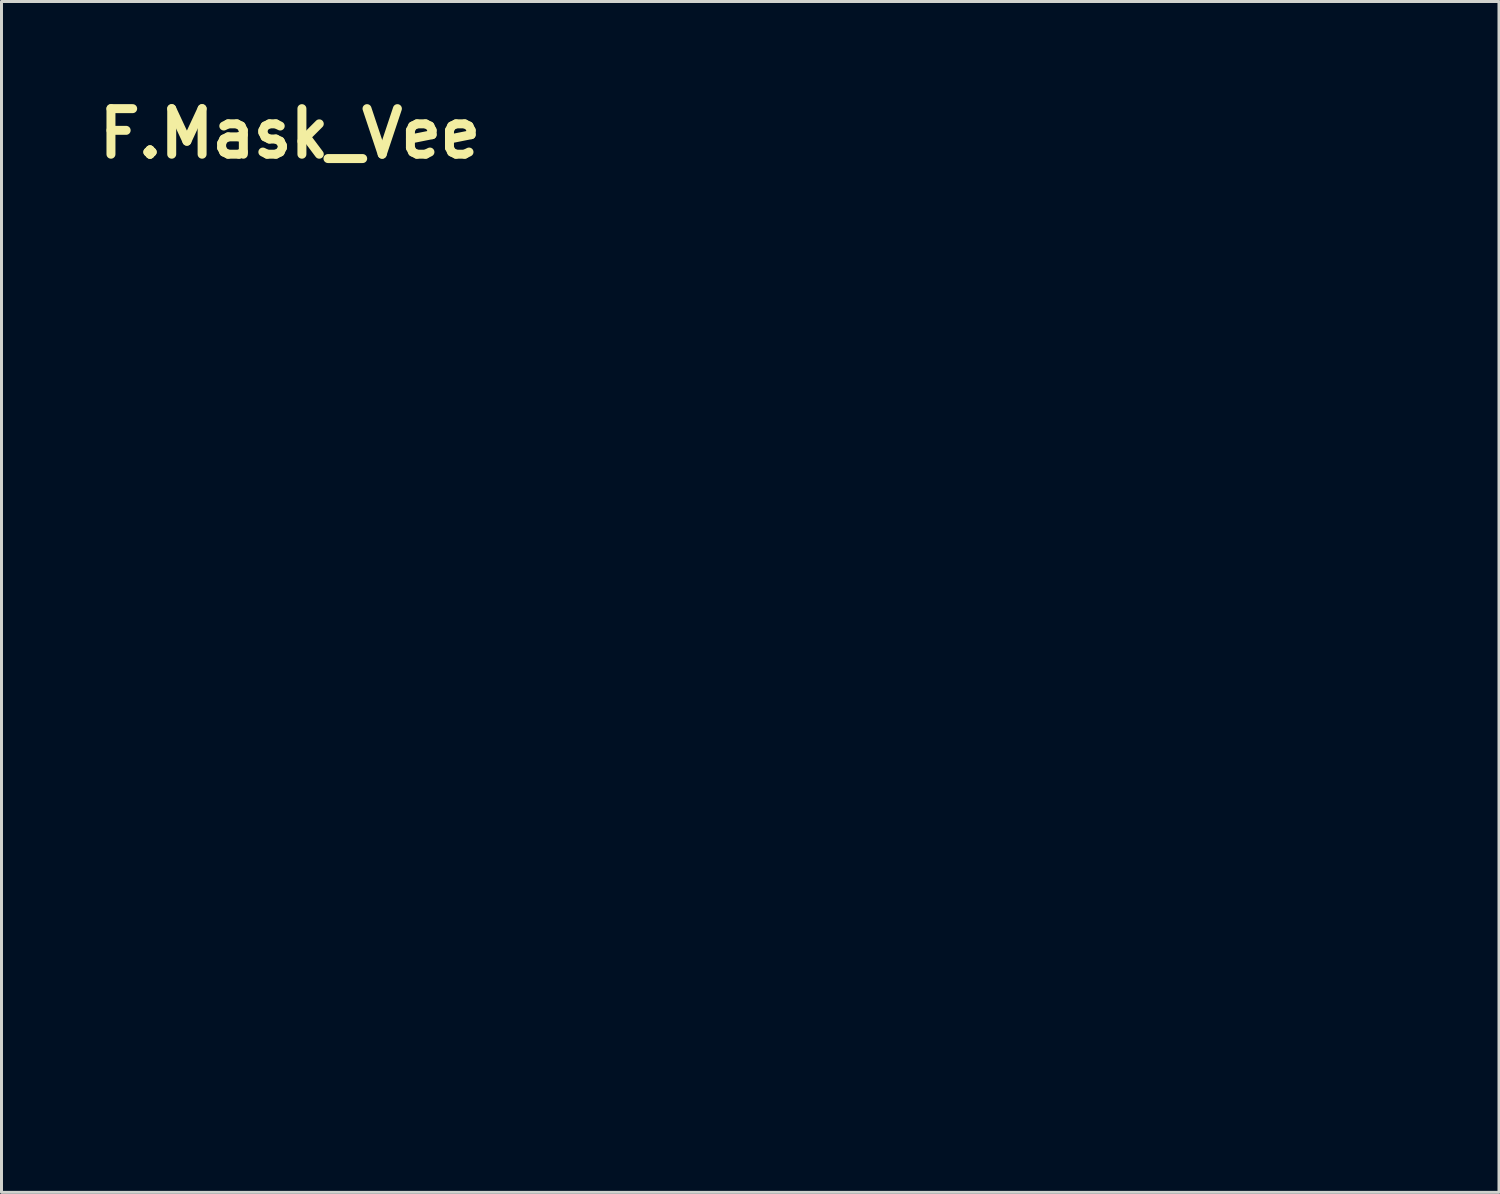
<source format=kicad_pcb>
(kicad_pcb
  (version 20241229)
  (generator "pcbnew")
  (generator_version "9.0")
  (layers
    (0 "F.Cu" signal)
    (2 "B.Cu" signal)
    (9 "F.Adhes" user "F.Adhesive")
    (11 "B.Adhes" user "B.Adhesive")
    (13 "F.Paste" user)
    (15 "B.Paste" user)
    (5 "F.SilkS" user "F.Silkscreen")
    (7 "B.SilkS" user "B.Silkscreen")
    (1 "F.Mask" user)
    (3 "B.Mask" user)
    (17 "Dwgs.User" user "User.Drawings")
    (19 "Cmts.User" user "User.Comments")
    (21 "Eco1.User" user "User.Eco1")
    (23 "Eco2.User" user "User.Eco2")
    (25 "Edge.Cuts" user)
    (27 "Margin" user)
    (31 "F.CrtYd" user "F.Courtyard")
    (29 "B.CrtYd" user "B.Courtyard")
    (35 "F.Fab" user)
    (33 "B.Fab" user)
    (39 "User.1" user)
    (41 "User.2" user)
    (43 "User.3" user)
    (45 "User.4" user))
  (footprint "F.Mask_Vee"
    (layer "F.Cu")
    (at 6.648 1.418)
    (property "Reference" "F.Mask_Vee" (at 0 0 0) (layer "F.SilkS") (effects (font (size 1.524 1.524) (thickness 0.3))))
    (attr through_hole)
    (fp_poly (pts (xy 9.688 22.552) (xy 8.963 22.552) (xy 8.963 18.633) (xy 9.688 18.633) (xy 9.688 22.552)) (stroke (width 0.01) (type solid)) (fill yes) (layer "F.Mask"))
    (fp_poly (pts (xy 14.405 22.552) (xy 13.505 22.552) (xy 12.735 20.983) (xy 11.965 19.415) (xy 11.961 20.983) (xy 11.956 22.552) (xy 11.285 22.552) (xy 11.285 18.633) (xy 11.752 18.633) (xy 12.219 18.634) (xy 12.943 20.129) (xy 13.049 20.347) (xy 13.151 20.555) (xy 13.247 20.751) (xy 13.336 20.933) (xy 13.418 21.098) (xy 13.491 21.244) (xy 13.554 21.369) (xy 13.606 21.471) (xy 13.646 21.548) (xy 13.672 21.596) (xy 13.684 21.614) (xy 13.685 21.614) (xy 13.708 21.617) (xy 13.718 21.628) (xy 13.72 21.615) (xy 13.723 21.567) (xy 13.725 21.488) (xy 13.727 21.379) (xy 13.729 21.242) (xy 13.73 21.081) (xy 13.732 20.896) (xy 13.733 20.691) (xy 13.733 20.468) (xy 13.734 20.228) (xy 13.734 20.143) (xy 13.734 18.633) (xy 14.405 18.633) (xy 14.405 22.552)) (stroke (width 0.01) (type solid)) (fill yes) (layer "F.Mask"))
    (fp_poly (pts (xy 26.065 19.495) (xy 26.213 19.531) (xy 26.34 19.596) (xy 26.444 19.688) (xy 26.525 19.805) (xy 26.579 19.947) (xy 26.597 20.03) (xy 26.603 20.088) (xy 26.607 20.175) (xy 26.611 20.286) (xy 26.613 20.414) (xy 26.615 20.553) (xy 26.615 20.695) (xy 26.614 20.836) (xy 26.612 20.968) (xy 26.608 21.085) (xy 26.604 21.18) (xy 26.598 21.248) (xy 26.596 21.263) (xy 26.566 21.394) (xy 26.519 21.501) (xy 26.451 21.597) (xy 26.434 21.615) (xy 26.342 21.698) (xy 26.239 21.754) (xy 26.117 21.788) (xy 25.981 21.801) (xy 25.857 21.801) (xy 25.763 21.791) (xy 25.724 21.78) (xy 25.608 21.729) (xy 25.502 21.654) (xy 25.418 21.566) (xy 25.404 21.547) (xy 25.376 21.503) (xy 25.353 21.462) (xy 25.334 21.419) (xy 25.32 21.37) (xy 25.309 21.312) (xy 25.301 21.241) (xy 25.296 21.152) (xy 25.294 21.041) (xy 25.293 20.905) (xy 25.294 20.74) (xy 25.295 20.607) (xy 25.3 19.948) (xy 25.347 19.847) (xy 25.415 19.73) (xy 25.499 19.639) (xy 25.606 19.567) (xy 25.63 19.555) (xy 25.704 19.522) (xy 25.772 19.503) (xy 25.85 19.492) (xy 25.899 19.489) (xy 26.065 19.495)) (stroke (width 0.01) (type solid)) (fill yes) (layer "F.Mask"))
    (fp_poly (pts (xy 20.711 25.566) (xy 21.107 25.566) (xy 21.492 25.566) (xy 21.859 25.567) (xy 22.201 25.567) (xy 22.416 25.568) (xy 24.384 25.572) (xy 23.445 26.724) (xy 23.323 26.873) (xy 23.19 27.036) (xy 23.046 27.212) (xy 22.894 27.397) (xy 22.734 27.59) (xy 22.569 27.79) (xy 22.4 27.995) (xy 22.229 28.202) (xy 22.057 28.41) (xy 21.886 28.616) (xy 21.717 28.82) (xy 21.552 29.018) (xy 21.393 29.21) (xy 21.24 29.393) (xy 21.097 29.565) (xy 20.963 29.725) (xy 20.842 29.87) (xy 20.734 29.998) (xy 20.641 30.109) (xy 20.564 30.199) (xy 20.506 30.267) (xy 20.467 30.312) (xy 20.45 30.33) (xy 20.449 30.33) (xy 20.436 30.317) (xy 20.402 30.279) (xy 20.347 30.216) (xy 20.274 30.131) (xy 20.185 30.026) (xy 20.08 29.902) (xy 19.963 29.763) (xy 19.833 29.609) (xy 19.694 29.443) (xy 19.546 29.266) (xy 19.391 29.081) (xy 19.374 29.06) (xy 19.19 28.84) (xy 18.992 28.602) (xy 18.785 28.352) (xy 18.572 28.094) (xy 18.357 27.835) (xy 18.145 27.578) (xy 17.94 27.329) (xy 17.746 27.093) (xy 17.567 26.874) (xy 17.408 26.679) (xy 16.506 25.572) (xy 18.477 25.568) (xy 18.798 25.567) (xy 19.149 25.567) (xy 19.522 25.566) (xy 19.912 25.566) (xy 20.31 25.566) (xy 20.711 25.566)) (stroke (width 0.01) (type solid)) (fill yes) (layer "F.Mask"))
    (fp_poly (pts (xy 13.449 14.655) (xy 13.613 14.861) (xy 13.771 15.06) (xy 13.92 15.249) (xy 14.06 15.426) (xy 14.189 15.59) (xy 14.306 15.739) (xy 14.409 15.87) (xy 14.497 15.982) (xy 14.567 16.074) (xy 14.62 16.143) (xy 14.653 16.188) (xy 14.665 16.206) (xy 14.665 16.206) (xy 14.646 16.208) (xy 14.593 16.209) (xy 14.508 16.21) (xy 14.392 16.212) (xy 14.247 16.213) (xy 14.076 16.214) (xy 13.88 16.215) (xy 13.662 16.216) (xy 13.422 16.217) (xy 13.164 16.218) (xy 12.889 16.218) (xy 12.598 16.219) (xy 12.295 16.219) (xy 11.98 16.219) (xy 11.769 16.219) (xy 8.881 16.219) (xy 7.629 14.684) (xy 7.462 14.478) (xy 7.3 14.28) (xy 7.147 14.092) (xy 7.004 13.915) (xy 6.871 13.752) (xy 6.751 13.604) (xy 6.644 13.472) (xy 6.639 13.466) (xy 9.409 13.466) (xy 9.41 13.472) (xy 9.442 13.487) (xy 9.501 13.508) (xy 9.582 13.534) (xy 9.682 13.564) (xy 9.794 13.597) (xy 9.917 13.631) (xy 10.044 13.666) (xy 10.168 13.698) (xy 10.309 13.732) (xy 10.46 13.766) (xy 10.615 13.799) (xy 10.771 13.831) (xy 10.923 13.861) (xy 11.068 13.887) (xy 11.201 13.91) (xy 11.319 13.928) (xy 11.418 13.942) (xy 11.493 13.949) (xy 11.541 13.95) (xy 11.557 13.944) (xy 11.54 13.934) (xy 11.495 13.917) (xy 11.425 13.893) (xy 11.338 13.864) (xy 11.238 13.833) (xy 11.131 13.801) (xy 11.023 13.769) (xy 10.92 13.74) (xy 10.827 13.715) (xy 10.804 13.71) (xy 10.672 13.678) (xy 10.526 13.646) (xy 10.371 13.614) (xy 10.213 13.582) (xy 10.056 13.553) (xy 9.905 13.527) (xy 9.765 13.504) (xy 9.641 13.486) (xy 9.537 13.472) (xy 9.458 13.465) (xy 9.41 13.465) (xy 9.409 13.466) (xy 6.639 13.466) (xy 6.628 13.453) (xy 9.325 13.453) (xy 9.335 13.462) (xy 9.344 13.453) (xy 9.335 13.444) (xy 9.325 13.453) (xy 6.628 13.453) (xy 6.553 13.36) (xy 6.479 13.268) (xy 6.423 13.198) (xy 6.386 13.153) (xy 6.371 13.133) (xy 6.371 13.133) (xy 6.388 13.131) (xy 6.44 13.129) (xy 6.524 13.128) (xy 6.638 13.126) (xy 6.782 13.125) (xy 6.952 13.123) (xy 7.146 13.122) (xy 7.364 13.121) (xy 7.603 13.12) (xy 7.861 13.119) (xy 8.136 13.119) (xy 8.427 13.118) (xy 8.731 13.118) (xy 9.046 13.117) (xy 9.295 13.117) (xy 12.225 13.117) (xy 13.449 14.655)) (stroke (width 0.01) (type solid)) (fill yes) (layer "F.Mask"))
    (fp_poly (pts (xy 30.464 13.12) (xy 30.756 13.121) (xy 31.061 13.121) (xy 31.376 13.121) (xy 31.611 13.122) (xy 34.529 13.126) (xy 33.31 14.623) (xy 33.144 14.827) (xy 32.984 15.024) (xy 32.831 15.211) (xy 32.687 15.387) (xy 32.553 15.551) (xy 32.432 15.699) (xy 32.324 15.831) (xy 32.231 15.944) (xy 32.156 16.036) (xy 32.098 16.106) (xy 32.06 16.151) (xy 32.044 16.17) (xy 31.997 16.22) (xy 29.105 16.22) (xy 28.682 16.22) (xy 28.29 16.219) (xy 27.932 16.219) (xy 27.606 16.218) (xy 27.314 16.217) (xy 27.056 16.216) (xy 26.832 16.214) (xy 26.642 16.213) (xy 26.487 16.211) (xy 26.367 16.209) (xy 26.282 16.207) (xy 26.233 16.204) (xy 26.219 16.202) (xy 26.232 16.184) (xy 26.265 16.141) (xy 26.317 16.074) (xy 26.387 15.985) (xy 26.472 15.877) (xy 26.57 15.752) (xy 26.681 15.612) (xy 26.801 15.46) (xy 26.93 15.297) (xy 27.066 15.127) (xy 27.206 14.95) (xy 27.35 14.77) (xy 27.494 14.589) (xy 27.638 14.409) (xy 27.648 14.396) (xy 31.95 14.396) (xy 31.959 14.405) (xy 31.968 14.396) (xy 31.962 14.39) (xy 31.977 14.39) (xy 32.104 14.322) (xy 32.174 14.284) (xy 32.263 14.233) (xy 32.356 14.18) (xy 32.412 14.146) (xy 32.51 14.086) (xy 32.619 14.017) (xy 32.735 13.941) (xy 32.856 13.861) (xy 32.976 13.78) (xy 33.092 13.7) (xy 33.201 13.624) (xy 33.298 13.554) (xy 33.379 13.494) (xy 33.441 13.445) (xy 33.48 13.412) (xy 33.492 13.396) (xy 33.477 13.398) (xy 33.436 13.417) (xy 33.374 13.448) (xy 33.296 13.49) (xy 33.207 13.54) (xy 33.111 13.594) (xy 33.014 13.651) (xy 32.922 13.707) (xy 32.868 13.74) (xy 32.766 13.806) (xy 32.651 13.883) (xy 32.53 13.966) (xy 32.409 14.052) (xy 32.294 14.135) (xy 32.192 14.212) (xy 32.107 14.277) (xy 32.049 14.325) (xy 31.977 14.39) (xy 31.962 14.39) (xy 31.959 14.387) (xy 31.95 14.396) (xy 27.648 14.396) (xy 27.78 14.232) (xy 27.917 14.06) (xy 28.048 13.896) (xy 28.172 13.741) (xy 28.286 13.599) (xy 28.389 13.471) (xy 28.479 13.36) (xy 28.554 13.268) (xy 28.612 13.196) (xy 28.652 13.148) (xy 28.671 13.126) (xy 28.673 13.125) (xy 28.693 13.124) (xy 28.747 13.123) (xy 28.834 13.123) (xy 28.951 13.122) (xy 29.097 13.121) (xy 29.27 13.121) (xy 29.467 13.121) (xy 29.687 13.121) (xy 29.928 13.12) (xy 30.187 13.12) (xy 30.464 13.12)) (stroke (width 0.01) (type solid)) (fill yes) (layer "F.Mask"))
    (fp_poly (pts (xy 30.492 18.609) (xy 30.711 18.653) (xy 30.912 18.729) (xy 31.094 18.835) (xy 31.259 18.973) (xy 31.363 19.086) (xy 31.431 19.178) (xy 31.502 19.292) (xy 31.57 19.414) (xy 31.627 19.532) (xy 31.663 19.621) (xy 31.681 19.673) (xy 31.692 19.712) (xy 31.693 19.739) (xy 31.679 19.757) (xy 31.647 19.768) (xy 31.592 19.774) (xy 31.511 19.776) (xy 31.4 19.776) (xy 31.333 19.776) (xy 31.209 19.776) (xy 31.117 19.775) (xy 31.052 19.773) (xy 31.01 19.769) (xy 30.985 19.764) (xy 30.973 19.756) (xy 30.97 19.745) (xy 30.97 19.743) (xy 30.962 19.713) (xy 30.942 19.659) (xy 30.913 19.593) (xy 30.898 19.561) (xy 30.808 19.411) (xy 30.701 19.291) (xy 30.577 19.203) (xy 30.438 19.147) (xy 30.285 19.124) (xy 30.121 19.135) (xy 30.096 19.14) (xy 29.97 19.174) (xy 29.863 19.228) (xy 29.762 19.307) (xy 29.76 19.309) (xy 29.681 19.395) (xy 29.621 19.491) (xy 29.575 19.609) (xy 29.561 19.658) (xy 29.553 19.693) (xy 29.546 19.729) (xy 29.54 19.772) (xy 29.536 19.825) (xy 29.533 19.892) (xy 29.53 19.976) (xy 29.529 20.082) (xy 29.528 20.213) (xy 29.528 20.373) (xy 29.527 20.529) (xy 29.527 21.273) (xy 29.58 21.463) (xy 29.625 21.611) (xy 29.673 21.729) (xy 29.728 21.822) (xy 29.792 21.896) (xy 29.869 21.956) (xy 29.907 21.979) (xy 30.027 22.029) (xy 30.164 22.056) (xy 30.305 22.059) (xy 30.441 22.037) (xy 30.54 22.001) (xy 30.648 21.93) (xy 30.746 21.83) (xy 30.829 21.708) (xy 30.892 21.572) (xy 30.917 21.492) (xy 30.938 21.409) (xy 31.66 21.409) (xy 31.648 21.458) (xy 31.629 21.522) (xy 31.6 21.606) (xy 31.565 21.698) (xy 31.528 21.788) (xy 31.494 21.863) (xy 31.473 21.903) (xy 31.342 22.095) (xy 31.192 22.255) (xy 31.024 22.385) (xy 30.837 22.484) (xy 30.631 22.552) (xy 30.405 22.589) (xy 30.332 22.594) (xy 30.238 22.597) (xy 30.14 22.595) (xy 30.055 22.59) (xy 30.038 22.588) (xy 29.8 22.544) (xy 29.588 22.474) (xy 29.401 22.378) (xy 29.239 22.256) (xy 29.101 22.107) (xy 28.988 21.932) (xy 28.9 21.729) (xy 28.835 21.5) (xy 28.835 21.497) (xy 28.827 21.457) (xy 28.82 21.414) (xy 28.815 21.365) (xy 28.811 21.306) (xy 28.807 21.233) (xy 28.805 21.142) (xy 28.804 21.03) (xy 28.803 20.893) (xy 28.802 20.727) (xy 28.802 20.529) (xy 28.802 20.529) (xy 28.803 20.293) (xy 28.804 20.092) (xy 28.807 19.926) (xy 28.81 19.792) (xy 28.815 19.691) (xy 28.82 19.622) (xy 28.824 19.594) (xy 28.844 19.521) (xy 28.876 19.43) (xy 28.916 19.335) (xy 28.931 19.305) (xy 28.983 19.207) (xy 29.035 19.128) (xy 29.098 19.053) (xy 29.154 18.996) (xy 29.308 18.863) (xy 29.474 18.758) (xy 29.656 18.68) (xy 29.857 18.628) (xy 30.081 18.6) (xy 30.253 18.594) (xy 30.492 18.609)) (stroke (width 0.01) (type solid)) (fill yes) (layer "F.Mask"))
    (fp_poly (pts (xy 17.552 18.598) (xy 17.759 18.622) (xy 17.951 18.668) (xy 18.064 18.708) (xy 18.24 18.798) (xy 18.409 18.919) (xy 18.563 19.062) (xy 18.697 19.222) (xy 18.803 19.393) (xy 18.824 19.436) (xy 18.848 19.492) (xy 18.864 19.536) (xy 18.868 19.553) (xy 18.86 19.562) (xy 18.832 19.568) (xy 18.782 19.572) (xy 18.704 19.575) (xy 18.597 19.576) (xy 18.499 19.576) (xy 18.129 19.576) (xy 18.106 19.52) (xy 18.064 19.451) (xy 17.997 19.376) (xy 17.914 19.306) (xy 17.824 19.247) (xy 17.788 19.228) (xy 17.654 19.182) (xy 17.508 19.161) (xy 17.358 19.164) (xy 17.214 19.19) (xy 17.084 19.238) (xy 16.997 19.291) (xy 16.889 19.394) (xy 16.801 19.519) (xy 16.742 19.649) (xy 16.732 19.68) (xy 16.724 19.712) (xy 16.717 19.748) (xy 16.712 19.791) (xy 16.707 19.847) (xy 16.704 19.918) (xy 16.702 20.009) (xy 16.7 20.124) (xy 16.698 20.266) (xy 16.696 20.44) (xy 16.696 20.474) (xy 16.694 20.656) (xy 16.693 20.806) (xy 16.693 20.93) (xy 16.694 21.031) (xy 16.697 21.116) (xy 16.702 21.187) (xy 16.709 21.251) (xy 16.719 21.311) (xy 16.732 21.373) (xy 16.748 21.441) (xy 16.768 21.521) (xy 16.771 21.532) (xy 16.82 21.675) (xy 16.888 21.791) (xy 16.978 21.882) (xy 17.094 21.953) (xy 17.111 21.961) (xy 17.256 22.011) (xy 17.405 22.033) (xy 17.553 22.028) (xy 17.694 21.999) (xy 17.824 21.945) (xy 17.936 21.869) (xy 18.025 21.772) (xy 18.056 21.723) (xy 18.089 21.648) (xy 18.122 21.548) (xy 18.154 21.432) (xy 18.181 21.311) (xy 18.201 21.196) (xy 18.21 21.114) (xy 18.221 20.973) (xy 17.58 20.973) (xy 17.58 20.465) (xy 18.941 20.465) (xy 18.941 20.833) (xy 18.939 21.032) (xy 18.931 21.202) (xy 18.917 21.348) (xy 18.895 21.478) (xy 18.867 21.596) (xy 18.832 21.702) (xy 18.741 21.902) (xy 18.622 22.082) (xy 18.476 22.238) (xy 18.308 22.368) (xy 18.119 22.47) (xy 17.911 22.543) (xy 17.841 22.559) (xy 17.71 22.58) (xy 17.561 22.593) (xy 17.411 22.596) (xy 17.274 22.591) (xy 17.237 22.587) (xy 17 22.542) (xy 16.783 22.467) (xy 16.582 22.361) (xy 16.476 22.287) (xy 16.348 22.174) (xy 16.238 22.041) (xy 16.142 21.881) (xy 16.119 21.835) (xy 16.086 21.764) (xy 16.059 21.699) (xy 16.037 21.636) (xy 16.019 21.569) (xy 16.005 21.495) (xy 15.994 21.409) (xy 15.986 21.308) (xy 15.981 21.185) (xy 15.976 21.038) (xy 15.973 20.862) (xy 15.971 20.736) (xy 15.968 20.484) (xy 15.969 20.266) (xy 15.972 20.078) (xy 15.977 19.919) (xy 15.987 19.785) (xy 15.999 19.674) (xy 16.015 19.582) (xy 16.034 19.508) (xy 16.038 19.495) (xy 16.121 19.309) (xy 16.234 19.138) (xy 16.374 18.986) (xy 16.537 18.854) (xy 16.72 18.747) (xy 16.919 18.666) (xy 17.13 18.615) (xy 17.134 18.615) (xy 17.34 18.595) (xy 17.552 18.598)) (stroke (width 0.01) (type solid)) (fill yes) (layer "F.Mask"))
    (fp_poly (pts (xy 26.145 18.602) (xy 26.239 18.61) (xy 26.265 18.614) (xy 26.485 18.666) (xy 26.683 18.746) (xy 26.864 18.854) (xy 27.032 18.993) (xy 27.054 19.015) (xy 27.127 19.09) (xy 27.182 19.153) (xy 27.225 19.215) (xy 27.267 19.289) (xy 27.302 19.359) (xy 27.345 19.45) (xy 27.373 19.522) (xy 27.392 19.587) (xy 27.405 19.659) (xy 27.413 19.725) (xy 27.419 19.799) (xy 27.423 19.902) (xy 27.427 20.03) (xy 27.429 20.177) (xy 27.431 20.336) (xy 27.431 20.501) (xy 27.431 20.667) (xy 27.43 20.827) (xy 27.427 20.977) (xy 27.424 21.109) (xy 27.419 21.219) (xy 27.414 21.299) (xy 27.412 21.314) (xy 27.37 21.552) (xy 27.299 21.768) (xy 27.2 21.962) (xy 27.074 22.132) (xy 26.924 22.277) (xy 26.749 22.397) (xy 26.55 22.49) (xy 26.33 22.554) (xy 26.089 22.59) (xy 26.026 22.595) (xy 25.934 22.597) (xy 25.837 22.595) (xy 25.755 22.59) (xy 25.742 22.588) (xy 25.507 22.543) (xy 25.291 22.468) (xy 25.098 22.367) (xy 24.928 22.239) (xy 24.783 22.086) (xy 24.663 21.91) (xy 24.572 21.712) (xy 24.509 21.493) (xy 24.509 21.491) (xy 24.501 21.448) (xy 24.494 21.403) (xy 24.488 21.353) (xy 24.484 21.293) (xy 24.481 21.22) (xy 24.478 21.13) (xy 24.477 21.019) (xy 24.476 20.883) (xy 24.475 20.719) (xy 24.475 20.527) (xy 24.475 20.42) (xy 25.185 20.42) (xy 25.186 20.607) (xy 25.188 20.778) (xy 25.19 20.917) (xy 25.192 21.029) (xy 25.195 21.118) (xy 25.199 21.189) (xy 25.204 21.246) (xy 25.21 21.294) (xy 25.218 21.338) (xy 25.228 21.381) (xy 25.241 21.429) (xy 25.243 21.436) (xy 25.272 21.542) (xy 25.296 21.621) (xy 25.318 21.68) (xy 25.34 21.728) (xy 25.367 21.772) (xy 25.387 21.801) (xy 25.479 21.902) (xy 25.595 21.98) (xy 25.729 22.032) (xy 25.875 22.058) (xy 26.028 22.054) (xy 26.134 22.034) (xy 26.235 22.004) (xy 26.314 21.969) (xy 26.382 21.923) (xy 26.44 21.871) (xy 26.492 21.817) (xy 26.533 21.761) (xy 26.568 21.697) (xy 26.598 21.616) (xy 26.629 21.511) (xy 26.651 21.424) (xy 26.706 21.2) (xy 26.706 20.518) (xy 26.706 20.321) (xy 26.705 20.156) (xy 26.702 20.02) (xy 26.698 19.908) (xy 26.693 19.817) (xy 26.685 19.742) (xy 26.675 19.681) (xy 26.661 19.628) (xy 26.645 19.58) (xy 26.626 19.533) (xy 26.55 19.405) (xy 26.447 19.299) (xy 26.324 19.216) (xy 26.184 19.158) (xy 26.033 19.127) (xy 25.875 19.126) (xy 25.739 19.15) (xy 25.584 19.207) (xy 25.454 19.289) (xy 25.349 19.398) (xy 25.27 19.531) (xy 25.218 19.69) (xy 25.199 19.801) (xy 25.193 19.868) (xy 25.189 19.966) (xy 25.186 20.094) (xy 25.185 20.246) (xy 25.185 20.42) (xy 24.475 20.42) (xy 24.475 20.326) (xy 24.477 20.144) (xy 24.479 19.983) (xy 24.482 19.848) (xy 24.485 19.74) (xy 24.489 19.662) (xy 24.494 19.62) (xy 24.532 19.485) (xy 24.598 19.341) (xy 24.685 19.199) (xy 24.788 19.065) (xy 24.902 18.949) (xy 24.97 18.892) (xy 25.084 18.818) (xy 25.217 18.746) (xy 25.356 18.685) (xy 25.482 18.642) (xy 25.557 18.626) (xy 25.659 18.614) (xy 25.779 18.605) (xy 25.906 18.6) (xy 26.031 18.599) (xy 26.145 18.602)) (stroke (width 0.01) (type solid)) (fill yes) (layer "F.Mask"))
    (fp_poly (pts (xy 22.068 18.606) (xy 22.192 18.621) (xy 22.198 18.623) (xy 22.303 18.646) (xy 22.419 18.678) (xy 22.538 18.715) (xy 22.657 18.757) (xy 22.768 18.801) (xy 22.867 18.844) (xy 22.948 18.884) (xy 23.006 18.92) (xy 23.034 18.949) (xy 23.035 18.951) (xy 23.031 18.975) (xy 23.012 19.024) (xy 22.982 19.092) (xy 22.944 19.172) (xy 22.934 19.193) (xy 22.824 19.412) (xy 22.654 19.322) (xy 22.435 19.219) (xy 22.219 19.146) (xy 22.01 19.103) (xy 21.812 19.091) (xy 21.753 19.094) (xy 21.566 19.116) (xy 21.411 19.15) (xy 21.284 19.198) (xy 21.185 19.261) (xy 21.109 19.341) (xy 21.062 19.422) (xy 21.041 19.476) (xy 21.031 19.531) (xy 21.032 19.595) (xy 21.044 19.676) (xy 21.067 19.781) (xy 21.075 19.815) (xy 21.1 19.908) (xy 21.128 19.986) (xy 21.162 20.05) (xy 21.207 20.105) (xy 21.265 20.151) (xy 21.341 20.192) (xy 21.438 20.23) (xy 21.56 20.266) (xy 21.71 20.304) (xy 21.889 20.345) (xy 22.076 20.388) (xy 22.232 20.426) (xy 22.362 20.461) (xy 22.47 20.494) (xy 22.561 20.526) (xy 22.64 20.56) (xy 22.713 20.596) (xy 22.73 20.605) (xy 22.851 20.685) (xy 22.965 20.783) (xy 23.062 20.889) (xy 23.133 20.995) (xy 23.161 21.051) (xy 23.179 21.098) (xy 23.19 21.15) (xy 23.197 21.216) (xy 23.201 21.299) (xy 23.196 21.523) (xy 23.16 21.727) (xy 23.096 21.911) (xy 23.002 22.073) (xy 22.879 22.214) (xy 22.727 22.334) (xy 22.588 22.412) (xy 22.412 22.485) (xy 22.228 22.538) (xy 22.024 22.574) (xy 21.907 22.587) (xy 21.806 22.596) (xy 21.727 22.601) (xy 21.658 22.602) (xy 21.586 22.599) (xy 21.499 22.593) (xy 21.365 22.579) (xy 21.217 22.557) (xy 21.07 22.531) (xy 20.939 22.501) (xy 20.892 22.488) (xy 20.812 22.462) (xy 20.715 22.424) (xy 20.609 22.378) (xy 20.502 22.329) (xy 20.403 22.279) (xy 20.319 22.233) (xy 20.258 22.195) (xy 20.244 22.184) (xy 20.194 22.143) (xy 20.323 21.913) (xy 20.452 21.683) (xy 20.586 21.774) (xy 20.769 21.882) (xy 20.96 21.965) (xy 21.127 22.017) (xy 21.378 22.07) (xy 21.616 22.094) (xy 21.838 22.089) (xy 21.965 22.071) (xy 22.117 22.03) (xy 22.244 21.971) (xy 22.343 21.897) (xy 22.412 21.808) (xy 22.443 21.732) (xy 22.462 21.664) (xy 22.483 21.588) (xy 22.49 21.565) (xy 22.514 21.435) (xy 22.51 21.312) (xy 22.48 21.202) (xy 22.424 21.111) (xy 22.388 21.076) (xy 22.339 21.038) (xy 22.285 21.005) (xy 22.223 20.975) (xy 22.147 20.948) (xy 22.054 20.921) (xy 21.94 20.894) (xy 21.799 20.865) (xy 21.629 20.833) (xy 21.555 20.819) (xy 21.353 20.78) (xy 21.182 20.739) (xy 21.037 20.694) (xy 20.913 20.643) (xy 20.803 20.584) (xy 20.703 20.515) (xy 20.614 20.438) (xy 20.512 20.32) (xy 20.433 20.175) (xy 20.378 20.007) (xy 20.347 19.819) (xy 20.342 19.613) (xy 20.344 19.587) (xy 20.35 19.499) (xy 20.359 19.433) (xy 20.374 19.376) (xy 20.4 19.315) (xy 20.426 19.26) (xy 20.526 19.1) (xy 20.654 18.96) (xy 20.81 18.841) (xy 20.991 18.745) (xy 21.194 18.674) (xy 21.291 18.651) (xy 21.432 18.627) (xy 21.591 18.61) (xy 21.757 18.601) (xy 21.919 18.6) (xy 22.068 18.606)) (stroke (width 0.01) (type solid)) (fill yes) (layer "F.Mask"))
    (fp_poly (pts (xy 37.199 11.558) (xy 37.291 11.56) (xy 37.364 11.563) (xy 37.412 11.567) (xy 37.429 11.571) (xy 37.417 11.587) (xy 37.384 11.629) (xy 37.331 11.696) (xy 37.258 11.787) (xy 37.167 11.9) (xy 37.059 12.033) (xy 36.935 12.186) (xy 36.797 12.357) (xy 36.645 12.544) (xy 36.481 12.746) (xy 36.306 12.961) (xy 36.122 13.189) (xy 35.928 13.426) (xy 35.728 13.672) (xy 35.54 13.903) (xy 33.652 16.22) (xy 32.982 16.22) (xy 32.83 16.219) (xy 32.69 16.218) (xy 32.567 16.217) (xy 32.463 16.215) (xy 32.383 16.212) (xy 32.332 16.209) (xy 32.312 16.206) (xy 32.312 16.206) (xy 32.324 16.19) (xy 32.356 16.148) (xy 32.409 16.081) (xy 32.481 15.992) (xy 32.57 15.881) (xy 32.676 15.75) (xy 32.795 15.602) (xy 32.929 15.437) (xy 33.074 15.258) (xy 33.229 15.066) (xy 33.394 14.863) (xy 33.567 14.65) (xy 33.737 14.441) (xy 33.976 14.146) (xy 34.193 13.879) (xy 34.387 13.639) (xy 34.559 13.426) (xy 34.709 13.239) (xy 34.836 13.079) (xy 34.943 12.944) (xy 35.028 12.835) (xy 35.091 12.751) (xy 35.134 12.692) (xy 35.157 12.658) (xy 35.161 12.649) (xy 35.146 12.582) (xy 35.102 12.536) (xy 35.068 12.52) (xy 35.048 12.518) (xy 35.003 12.515) (xy 34.933 12.513) (xy 34.837 12.511) (xy 34.714 12.509) (xy 34.563 12.507) (xy 34.383 12.506) (xy 34.174 12.504) (xy 33.934 12.503) (xy 33.663 12.502) (xy 33.36 12.502) (xy 33.024 12.501) (xy 32.654 12.501) (xy 32.249 12.5) (xy 31.848 12.5) (xy 28.686 12.5) (xy 27.211 14.356) (xy 25.735 16.211) (xy 25.048 16.215) (xy 24.868 16.216) (xy 24.721 16.217) (xy 24.605 16.216) (xy 24.516 16.215) (xy 24.451 16.213) (xy 24.407 16.21) (xy 24.381 16.205) (xy 24.371 16.2) (xy 24.371 16.196) (xy 24.383 16.179) (xy 24.416 16.135) (xy 24.469 16.066) (xy 24.541 15.973) (xy 24.63 15.858) (xy 24.735 15.722) (xy 24.855 15.567) (xy 24.988 15.395) (xy 25.134 15.207) (xy 25.291 15.004) (xy 25.458 14.789) (xy 25.634 14.563) (xy 25.817 14.328) (xy 26.007 14.085) (xy 26.026 14.06) (xy 27.672 11.947) (xy 27.874 11.934) (xy 27.933 11.931) (xy 28.023 11.926) (xy 28.141 11.921) (xy 28.282 11.914) (xy 28.44 11.907) (xy 28.613 11.899) (xy 28.795 11.891) (xy 28.982 11.883) (xy 28.996 11.883) (xy 29.915 11.844) (xy 30.044 11.919) (xy 30.255 12.029) (xy 30.462 12.108) (xy 30.662 12.155) (xy 30.851 12.171) (xy 30.899 12.169) (xy 30.997 12.162) (xy 31.06 12.153) (xy 31.089 12.14) (xy 31.085 12.122) (xy 31.048 12.097) (xy 30.981 12.064) (xy 30.976 12.061) (xy 30.877 12.02) (xy 30.755 11.975) (xy 30.621 11.931) (xy 30.488 11.891) (xy 30.392 11.865) (xy 30.347 11.851) (xy 30.322 11.84) (xy 30.321 11.837) (xy 30.34 11.835) (xy 30.393 11.832) (xy 30.478 11.827) (xy 30.593 11.821) (xy 30.736 11.814) (xy 30.903 11.807) (xy 31.095 11.798) (xy 31.307 11.788) (xy 31.538 11.778) (xy 31.785 11.768) (xy 32.048 11.756) (xy 32.322 11.745) (xy 32.607 11.732) (xy 32.9 11.72) (xy 33.199 11.708) (xy 33.501 11.695) (xy 33.805 11.682) (xy 34.109 11.67) (xy 34.409 11.658) (xy 34.705 11.646) (xy 34.993 11.634) (xy 35.272 11.623) (xy 35.539 11.613) (xy 35.793 11.603) (xy 36.031 11.593) (xy 36.251 11.585) (xy 36.451 11.578) (xy 36.628 11.571) (xy 36.781 11.566) (xy 36.907 11.562) (xy 37.004 11.559) (xy 37.071 11.557) (xy 37.093 11.557) (xy 37.199 11.558)) (stroke (width 0.01) (type solid)) (fill yes) (layer "F.Mask"))
    (fp_poly (pts (xy 25.914 25.713) (xy 25.891 25.741) (xy 25.846 25.796) (xy 25.781 25.876) (xy 25.695 25.981) (xy 25.592 26.108) (xy 25.47 26.257) (xy 25.332 26.426) (xy 25.179 26.614) (xy 25.011 26.82) (xy 24.83 27.042) (xy 24.637 27.279) (xy 24.432 27.529) (xy 24.218 27.792) (xy 23.994 28.067) (xy 23.763 28.351) (xy 23.524 28.643) (xy 23.28 28.943) (xy 23.125 29.133) (xy 22.879 29.435) (xy 22.639 29.728) (xy 22.407 30.013) (xy 22.182 30.288) (xy 21.966 30.552) (xy 21.761 30.804) (xy 21.566 31.042) (xy 21.384 31.264) (xy 21.215 31.471) (xy 21.059 31.661) (xy 20.919 31.831) (xy 20.795 31.982) (xy 20.688 32.112) (xy 20.599 32.22) (xy 20.53 32.304) (xy 20.48 32.363) (xy 20.452 32.396) (xy 20.445 32.403) (xy 20.433 32.389) (xy 20.398 32.348) (xy 20.343 32.282) (xy 20.267 32.191) (xy 20.173 32.077) (xy 20.061 31.94) (xy 19.932 31.783) (xy 19.787 31.607) (xy 19.627 31.411) (xy 19.453 31.199) (xy 19.266 30.971) (xy 19.067 30.727) (xy 18.857 30.471) (xy 18.637 30.202) (xy 18.408 29.921) (xy 18.172 29.631) (xy 17.928 29.333) (xy 17.678 29.026) (xy 17.677 29.025) (xy 17.427 28.718) (xy 17.182 28.418) (xy 16.945 28.127) (xy 16.715 27.846) (xy 16.495 27.575) (xy 16.284 27.316) (xy 16.084 27.071) (xy 15.896 26.84) (xy 15.721 26.625) (xy 15.559 26.427) (xy 15.413 26.247) (xy 15.282 26.087) (xy 15.169 25.948) (xy 15.073 25.83) (xy 14.996 25.736) (xy 14.939 25.666) (xy 14.903 25.622) (xy 14.889 25.605) (xy 14.856 25.563) (xy 15.534 25.564) (xy 16.211 25.565) (xy 16.439 25.85) (xy 16.506 25.933) (xy 16.591 26.038) (xy 16.692 26.162) (xy 16.807 26.305) (xy 16.937 26.464) (xy 17.078 26.638) (xy 17.23 26.825) (xy 17.391 27.024) (xy 17.56 27.232) (xy 17.736 27.447) (xy 17.917 27.669) (xy 18.101 27.896) (xy 18.288 28.125) (xy 18.475 28.355) (xy 18.662 28.585) (xy 18.847 28.812) (xy 19.029 29.034) (xy 19.206 29.251) (xy 19.376 29.46) (xy 19.539 29.66) (xy 19.694 29.849) (xy 19.837 30.025) (xy 19.969 30.186) (xy 20.088 30.331) (xy 20.192 30.458) (xy 20.28 30.566) (xy 20.351 30.652) (xy 20.403 30.715) (xy 20.435 30.753) (xy 20.445 30.764) (xy 20.457 30.751) (xy 20.491 30.711) (xy 20.546 30.646) (xy 20.619 30.557) (xy 20.71 30.446) (xy 20.818 30.315) (xy 20.941 30.165) (xy 21.077 29.998) (xy 21.227 29.815) (xy 21.388 29.618) (xy 21.558 29.409) (xy 21.738 29.188) (xy 21.925 28.958) (xy 22.118 28.72) (xy 22.125 28.712) (xy 23.794 26.656) (xy 23.885 26.643) (xy 23.964 26.629) (xy 24.068 26.606) (xy 24.189 26.576) (xy 24.316 26.542) (xy 24.442 26.506) (xy 24.558 26.472) (xy 24.653 26.44) (xy 24.685 26.428) (xy 24.781 26.389) (xy 24.888 26.342) (xy 24.985 26.297) (xy 25.002 26.288) (xy 25.072 26.251) (xy 25.148 26.208) (xy 25.225 26.161) (xy 25.296 26.116) (xy 25.355 26.076) (xy 25.396 26.045) (xy 25.414 26.027) (xy 25.414 26.024) (xy 25.39 26.023) (xy 25.337 26.034) (xy 25.259 26.054) (xy 25.16 26.083) (xy 25.044 26.118) (xy 24.917 26.159) (xy 24.781 26.205) (xy 24.642 26.253) (xy 24.504 26.302) (xy 24.371 26.351) (xy 24.248 26.399) (xy 24.162 26.434) (xy 24.076 26.469) (xy 24.003 26.497) (xy 23.949 26.515) (xy 23.92 26.522) (xy 23.917 26.521) (xy 23.929 26.503) (xy 23.962 26.46) (xy 24.012 26.396) (xy 24.077 26.315) (xy 24.154 26.218) (xy 24.24 26.111) (xy 24.303 26.033) (xy 24.683 25.564) (xy 25.36 25.564) (xy 26.037 25.563) (xy 25.914 25.713)) (stroke (width 0.01) (type solid)) (fill yes) (layer "F.Mask"))
    (fp_poly (pts (xy 34.876 16.677) (xy 35.185 16.844) (xy 35.468 17.036) (xy 35.725 17.253) (xy 35.954 17.493) (xy 36.156 17.756) (xy 36.33 18.041) (xy 36.433 18.252) (xy 36.522 18.451) (xy 36.517 20.498) (xy 36.513 22.545) (xy 36.381 22.807) (xy 36.252 23.044) (xy 36.114 23.255) (xy 35.96 23.451) (xy 35.836 23.588) (xy 35.593 23.818) (xy 35.331 24.018) (xy 35.053 24.187) (xy 34.814 24.302) (xy 34.621 24.384) (xy 20.445 24.384) (xy 6.268 24.383) (xy 6.121 24.322) (xy 5.846 24.193) (xy 5.588 24.037) (xy 5.341 23.851) (xy 5.146 23.676) (xy 4.916 23.431) (xy 4.717 23.169) (xy 4.547 22.888) (xy 4.438 22.664) (xy 4.372 22.512) (xy 4.381 18.403) (xy 4.513 18.141) (xy 4.579 18.019) (xy 4.989 18.019) (xy 4.998 23.233) (xy 5.057 23.35) (xy 5.143 23.49) (xy 5.25 23.602) (xy 5.381 23.688) (xy 5.456 23.723) (xy 5.561 23.766) (xy 20.465 23.762) (xy 35.37 23.758) (xy 35.473 23.709) (xy 35.573 23.651) (xy 35.671 23.571) (xy 35.755 23.483) (xy 35.803 23.416) (xy 35.817 23.392) (xy 35.829 23.371) (xy 35.841 23.351) (xy 35.851 23.329) (xy 35.86 23.304) (xy 35.868 23.274) (xy 35.875 23.237) (xy 35.881 23.191) (xy 35.886 23.135) (xy 35.89 23.066) (xy 35.894 22.984) (xy 35.897 22.885) (xy 35.899 22.769) (xy 35.901 22.633) (xy 35.902 22.475) (xy 35.902 22.294) (xy 35.903 22.089) (xy 35.903 21.856) (xy 35.902 21.594) (xy 35.902 21.303) (xy 35.901 20.978) (xy 35.901 20.62) (xy 35.9 20.564) (xy 35.896 17.989) (xy 35.854 17.885) (xy 35.817 17.812) (xy 35.767 17.736) (xy 35.734 17.695) (xy 35.684 17.633) (xy 35.638 17.566) (xy 35.615 17.527) (xy 35.541 17.417) (xy 35.439 17.318) (xy 35.317 17.235) (xy 35.184 17.173) (xy 35.092 17.147) (xy 35.068 17.146) (xy 35.01 17.145) (xy 34.916 17.144) (xy 34.79 17.143) (xy 34.632 17.142) (xy 34.443 17.141) (xy 34.224 17.14) (xy 33.975 17.139) (xy 33.699 17.138) (xy 33.396 17.137) (xy 33.068 17.136) (xy 32.714 17.135) (xy 32.337 17.134) (xy 31.937 17.134) (xy 31.516 17.133) (xy 31.074 17.132) (xy 30.613 17.132) (xy 30.133 17.131) (xy 29.636 17.13) (xy 29.122 17.13) (xy 28.593 17.129) (xy 28.05 17.129) (xy 27.494 17.128) (xy 26.925 17.128) (xy 26.346 17.128) (xy 25.756 17.127) (xy 25.158 17.127) (xy 24.551 17.127) (xy 23.938 17.126) (xy 23.319 17.126) (xy 22.695 17.126) (xy 22.067 17.126) (xy 21.437 17.126) (xy 20.805 17.126) (xy 20.172 17.126) (xy 19.54 17.126) (xy 18.909 17.126) (xy 18.281 17.126) (xy 17.656 17.126) (xy 17.036 17.126) (xy 16.422 17.126) (xy 15.815 17.126) (xy 15.215 17.127) (xy 14.624 17.127) (xy 14.044 17.127) (xy 13.474 17.128) (xy 12.916 17.128) (xy 12.371 17.128) (xy 11.84 17.129) (xy 11.325 17.129) (xy 10.825 17.13) (xy 10.343 17.13) (xy 9.879 17.131) (xy 9.435 17.132) (xy 9.011 17.132) (xy 8.608 17.133) (xy 8.228 17.134) (xy 7.872 17.134) (xy 7.54 17.135) (xy 7.233 17.136) (xy 6.954 17.137) (xy 6.702 17.138) (xy 6.479 17.139) (xy 6.286 17.14) (xy 6.124 17.141) (xy 5.993 17.142) (xy 5.896 17.143) (xy 5.833 17.144) (xy 5.805 17.145) (xy 5.804 17.145) (xy 5.653 17.191) (xy 5.513 17.269) (xy 5.39 17.374) (xy 5.295 17.494) (xy 5.252 17.559) (xy 5.198 17.636) (xy 5.15 17.701) (xy 5.101 17.773) (xy 5.057 17.851) (xy 5.027 17.916) (xy 4.989 18.019) (xy 4.579 18.019) (xy 4.625 17.933) (xy 4.74 17.75) (xy 4.867 17.581) (xy 5.013 17.414) (xy 5.107 17.317) (xy 5.278 17.156) (xy 5.444 17.019) (xy 5.618 16.898) (xy 5.811 16.786) (xy 5.931 16.723) (xy 6.193 16.592) (xy 34.698 16.592) (xy 34.876 16.677)) (stroke (width 0.01) (type solid)) (fill yes) (layer "F.Mask"))
    (fp_poly (pts (xy 3.873 11.561) (xy 3.947 11.563) (xy 4.053 11.566) (xy 4.188 11.569) (xy 4.351 11.574) (xy 4.54 11.58) (xy 4.753 11.587) (xy 4.988 11.594) (xy 5.243 11.602) (xy 5.517 11.611) (xy 5.808 11.621) (xy 6.113 11.631) (xy 6.432 11.642) (xy 6.761 11.653) (xy 7.1 11.665) (xy 7.447 11.676) (xy 7.799 11.688) (xy 8.155 11.701) (xy 8.513 11.713) (xy 8.871 11.726) (xy 9.227 11.738) (xy 9.58 11.751) (xy 9.928 11.763) (xy 10.268 11.775) (xy 10.599 11.787) (xy 10.919 11.798) (xy 11.227 11.809) (xy 11.52 11.82) (xy 11.796 11.83) (xy 12.055 11.84) (xy 12.293 11.849) (xy 12.509 11.857) (xy 12.702 11.865) (xy 12.868 11.871) (xy 13.008 11.877) (xy 13.118 11.882) (xy 13.197 11.885) (xy 13.243 11.888) (xy 13.255 11.889) (xy 13.266 11.904) (xy 13.298 11.946) (xy 13.35 12.013) (xy 13.42 12.104) (xy 13.508 12.218) (xy 13.611 12.352) (xy 13.73 12.506) (xy 13.862 12.677) (xy 14.006 12.865) (xy 14.162 13.067) (xy 14.327 13.282) (xy 14.501 13.508) (xy 14.683 13.744) (xy 14.871 13.989) (xy 14.902 14.029) (xy 15.092 14.275) (xy 15.275 14.513) (xy 15.451 14.742) (xy 15.618 14.96) (xy 15.776 15.166) (xy 15.923 15.357) (xy 16.058 15.533) (xy 16.179 15.692) (xy 16.286 15.832) (xy 16.377 15.951) (xy 16.451 16.048) (xy 16.506 16.122) (xy 16.542 16.17) (xy 16.557 16.192) (xy 16.558 16.193) (xy 16.557 16.199) (xy 16.547 16.205) (xy 16.524 16.21) (xy 16.485 16.213) (xy 16.426 16.216) (xy 16.346 16.218) (xy 16.24 16.219) (xy 16.105 16.219) (xy 15.938 16.22) (xy 15.869 16.22) (xy 15.169 16.22) (xy 15.082 16.115) (xy 15.06 16.088) (xy 15.016 16.034) (xy 14.953 15.955) (xy 14.872 15.854) (xy 14.775 15.731) (xy 14.662 15.59) (xy 14.535 15.431) (xy 14.396 15.256) (xy 14.246 15.068) (xy 14.087 14.868) (xy 13.92 14.659) (xy 13.747 14.441) (xy 13.599 14.255) (xy 12.203 12.5) (xy 9.154 12.5) (xy 6.105 12.499) (xy 6.269 12.414) (xy 6.334 12.378) (xy 6.407 12.335) (xy 6.482 12.289) (xy 6.551 12.245) (xy 6.607 12.206) (xy 6.646 12.178) (xy 6.658 12.164) (xy 6.642 12.162) (xy 6.596 12.171) (xy 6.526 12.187) (xy 6.437 12.211) (xy 6.333 12.24) (xy 6.22 12.274) (xy 6.103 12.31) (xy 5.987 12.347) (xy 5.908 12.374) (xy 5.783 12.418) (xy 5.654 12.466) (xy 5.523 12.517) (xy 5.394 12.569) (xy 5.272 12.62) (xy 5.159 12.669) (xy 5.06 12.714) (xy 4.978 12.754) (xy 4.918 12.786) (xy 4.881 12.81) (xy 4.873 12.823) (xy 4.882 12.825) (xy 4.93 12.822) (xy 5.006 12.812) (xy 5.103 12.795) (xy 5.211 12.774) (xy 5.325 12.75) (xy 5.436 12.724) (xy 5.524 12.701) (xy 5.603 12.68) (xy 5.667 12.664) (xy 5.71 12.654) (xy 5.725 12.651) (xy 5.732 12.668) (xy 5.743 12.693) (xy 5.757 12.712) (xy 5.792 12.757) (xy 5.847 12.826) (xy 5.921 12.919) (xy 6.012 13.033) (xy 6.119 13.166) (xy 6.24 13.316) (xy 6.375 13.483) (xy 6.521 13.663) (xy 6.677 13.856) (xy 6.843 14.06) (xy 7.016 14.273) (xy 7.166 14.458) (xy 7.344 14.676) (xy 7.515 14.887) (xy 7.679 15.088) (xy 7.833 15.278) (xy 7.977 15.455) (xy 8.109 15.617) (xy 8.227 15.764) (xy 8.331 15.892) (xy 8.418 16) (xy 8.488 16.087) (xy 8.539 16.151) (xy 8.57 16.19) (xy 8.579 16.202) (xy 8.562 16.207) (xy 8.511 16.211) (xy 8.427 16.215) (xy 8.311 16.217) (xy 8.164 16.219) (xy 7.987 16.22) (xy 7.912 16.22) (xy 7.24 16.22) (xy 6.888 15.789) (xy 6.833 15.721) (xy 6.756 15.627) (xy 6.66 15.51) (xy 6.547 15.37) (xy 6.417 15.212) (xy 6.274 15.035) (xy 6.118 14.844) (xy 5.951 14.64) (xy 5.776 14.424) (xy 5.593 14.2) (xy 5.405 13.969) (xy 5.213 13.734) (xy 5.019 13.497) (xy 4.991 13.462) (xy 4.481 12.836) (xy 4.808 12.836) (xy 4.817 12.845) (xy 4.826 12.836) (xy 4.817 12.827) (xy 4.808 12.836) (xy 4.481 12.836) (xy 3.446 11.566) (xy 3.832 11.561) (xy 3.873 11.561)) (stroke (width 0.01) (type solid)) (fill yes) (layer "F.Mask"))
    (fp_poly (pts (xy 20.445 17.762) (xy 34.099 17.762) (xy 34.245 17.822) (xy 34.49 17.941) (xy 34.719 18.091) (xy 34.929 18.27) (xy 35.117 18.475) (xy 35.281 18.703) (xy 35.419 18.953) (xy 35.447 19.015) (xy 35.515 19.168) (xy 35.515 21.944) (xy 35.44 22.111) (xy 35.31 22.359) (xy 35.151 22.589) (xy 34.967 22.797) (xy 34.761 22.981) (xy 34.535 23.137) (xy 34.292 23.263) (xy 34.186 23.307) (xy 34.071 23.35) (xy 20.433 23.348) (xy 6.795 23.347) (xy 6.695 23.306) (xy 6.433 23.18) (xy 6.192 23.027) (xy 5.976 22.849) (xy 5.784 22.647) (xy 5.62 22.423) (xy 5.485 22.18) (xy 5.413 22.012) (xy 5.37 21.898) (xy 5.37 20.551) (xy 5.37 20.294) (xy 5.37 20.07) (xy 5.37 19.878) (xy 5.371 19.713) (xy 5.372 19.573) (xy 5.374 19.455) (xy 5.378 19.357) (xy 5.383 19.275) (xy 5.389 19.207) (xy 5.398 19.15) (xy 5.409 19.102) (xy 5.423 19.058) (xy 5.44 19.018) (xy 5.459 18.977) (xy 5.482 18.933) (xy 5.509 18.883) (xy 5.529 18.844) (xy 5.67 18.609) (xy 5.841 18.394) (xy 5.856 18.379) (xy 8.872 18.379) (xy 8.872 22.914) (xy 9.779 22.914) (xy 9.779 18.379) (xy 11.194 18.379) (xy 11.194 22.914) (xy 12.047 22.914) (xy 12.051 21.496) (xy 12.056 20.078) (xy 12.753 21.496) (xy 13.45 22.914) (xy 14.496 22.914) (xy 14.496 20.624) (xy 15.875 20.624) (xy 15.875 20.801) (xy 15.876 20.974) (xy 15.878 21.139) (xy 15.88 21.291) (xy 15.883 21.425) (xy 15.887 21.535) (xy 15.891 21.618) (xy 15.895 21.654) (xy 15.939 21.887) (xy 16.015 22.102) (xy 16.119 22.297) (xy 16.252 22.469) (xy 16.411 22.619) (xy 16.597 22.744) (xy 16.807 22.843) (xy 16.975 22.898) (xy 17.117 22.927) (xy 17.282 22.946) (xy 17.458 22.953) (xy 17.631 22.948) (xy 17.79 22.932) (xy 17.874 22.916) (xy 18.09 22.849) (xy 18.291 22.752) (xy 18.472 22.628) (xy 18.632 22.479) (xy 18.767 22.307) (xy 18.865 22.13) (xy 20.039 22.13) (xy 20.045 22.277) (xy 20.051 22.423) (xy 20.168 22.507) (xy 20.381 22.64) (xy 20.62 22.754) (xy 20.877 22.846) (xy 21.11 22.906) (xy 21.191 22.919) (xy 21.291 22.932) (xy 21.4 22.944) (xy 21.509 22.952) (xy 21.607 22.957) (xy 21.683 22.958) (xy 21.708 22.957) (xy 21.75 22.954) (xy 21.817 22.95) (xy 21.897 22.945) (xy 21.935 22.943) (xy 22.158 22.917) (xy 22.373 22.865) (xy 22.575 22.788) (xy 22.758 22.689) (xy 22.917 22.571) (xy 23.002 22.488) (xy 23.083 22.383) (xy 23.158 22.255) (xy 23.22 22.118) (xy 23.263 21.985) (xy 23.268 21.962) (xy 23.28 21.883) (xy 23.288 21.777) (xy 23.293 21.653) (xy 23.295 21.519) (xy 23.294 21.384) (xy 23.29 21.256) (xy 23.283 21.145) (xy 23.272 21.059) (xy 23.269 21.041) (xy 23.23 20.914) (xy 24.369 20.914) (xy 24.37 21.069) (xy 24.372 21.21) (xy 24.375 21.331) (xy 24.378 21.428) (xy 24.382 21.481) (xy 24.397 21.638) (xy 24.417 21.769) (xy 24.444 21.884) (xy 24.479 21.992) (xy 24.526 22.103) (xy 24.529 22.11) (xy 24.592 22.236) (xy 24.656 22.34) (xy 24.729 22.434) (xy 24.807 22.519) (xy 24.973 22.661) (xy 25.16 22.777) (xy 25.366 22.865) (xy 25.588 22.924) (xy 25.822 22.954) (xy 26.065 22.953) (xy 26.314 22.922) (xy 26.316 22.921) (xy 26.54 22.861) (xy 26.746 22.77) (xy 26.933 22.652) (xy 27.097 22.507) (xy 27.237 22.337) (xy 27.349 22.146) (xy 27.422 21.966) (xy 27.444 21.897) (xy 27.463 21.831) (xy 27.479 21.763) (xy 27.491 21.69) (xy 27.501 21.609) (xy 27.509 21.516) (xy 27.514 21.408) (xy 27.518 21.28) (xy 27.519 21.13) (xy 27.52 20.954) (xy 27.519 20.748) (xy 27.517 20.547) (xy 27.515 20.331) (xy 27.515 20.327) (xy 28.703 20.327) (xy 28.703 20.498) (xy 28.705 20.675) (xy 28.707 20.854) (xy 28.709 21.029) (xy 28.713 21.197) (xy 28.717 21.353) (xy 28.722 21.492) (xy 28.728 21.61) (xy 28.734 21.703) (xy 28.741 21.765) (xy 28.743 21.78) (xy 28.81 22.018) (xy 28.901 22.228) (xy 29.015 22.411) (xy 29.154 22.568) (xy 29.317 22.7) (xy 29.447 22.777) (xy 29.629 22.856) (xy 29.832 22.912) (xy 30.048 22.946) (xy 30.269 22.956) (xy 30.486 22.941) (xy 30.636 22.914) (xy 30.722 22.891) (xy 30.809 22.864) (xy 30.88 22.837) (xy 30.884 22.835) (xy 31.068 22.735) (xy 31.236 22.604) (xy 31.387 22.447) (xy 31.518 22.266) (xy 31.628 22.067) (xy 31.713 21.851) (xy 31.771 21.624) (xy 31.801 21.388) (xy 31.802 21.377) (xy 31.814 21.155) (xy 31.36 21.155) (xy 30.906 21.155) (xy 30.883 21.249) (xy 30.832 21.404) (xy 30.758 21.54) (xy 30.664 21.653) (xy 30.554 21.738) (xy 30.52 21.757) (xy 30.475 21.776) (xy 30.429 21.789) (xy 30.372 21.796) (xy 30.295 21.798) (xy 30.244 21.798) (xy 30.119 21.793) (xy 30.02 21.777) (xy 29.939 21.745) (xy 29.866 21.696) (xy 29.812 21.645) (xy 29.761 21.588) (xy 29.719 21.528) (xy 29.686 21.462) (xy 29.659 21.384) (xy 29.639 21.292) (xy 29.625 21.182) (xy 29.617 21.05) (xy 29.612 20.891) (xy 29.612 20.704) (xy 29.614 20.547) (xy 29.617 20.375) (xy 29.62 20.235) (xy 29.625 20.122) (xy 29.632 20.031) (xy 29.642 19.959) (xy 29.655 19.9) (xy 29.672 19.85) (xy 29.695 19.804) (xy 29.722 19.757) (xy 29.738 19.734) (xy 29.823 19.635) (xy 29.93 19.562) (xy 30.052 19.513) (xy 30.182 19.489) (xy 30.315 19.49) (xy 30.445 19.517) (xy 30.565 19.571) (xy 30.67 19.651) (xy 30.695 19.677) (xy 30.771 19.782) (xy 30.835 19.906) (xy 30.879 20.034) (xy 30.883 20.05) (xy 30.904 20.139) (xy 31.802 20.139) (xy 31.815 20.034) (xy 31.817 19.923) (xy 31.801 19.789) (xy 31.77 19.64) (xy 31.725 19.483) (xy 31.668 19.326) (xy 31.602 19.176) (xy 31.53 19.04) (xy 31.49 18.977) (xy 31.426 18.894) (xy 31.343 18.801) (xy 31.25 18.709) (xy 31.157 18.626) (xy 31.075 18.564) (xy 31.07 18.56) (xy 30.947 18.492) (xy 30.802 18.432) (xy 30.649 18.384) (xy 30.542 18.36) (xy 30.437 18.348) (xy 30.309 18.344) (xy 30.168 18.346) (xy 30.026 18.355) (xy 29.895 18.37) (xy 29.786 18.39) (xy 29.769 18.394) (xy 29.548 18.469) (xy 29.353 18.57) (xy 29.183 18.697) (xy 29.039 18.85) (xy 28.92 19.028) (xy 28.827 19.232) (xy 28.76 19.461) (xy 28.719 19.715) (xy 28.719 19.719) (xy 28.713 19.793) (xy 28.709 19.895) (xy 28.706 20.021) (xy 28.704 20.167) (xy 28.703 20.327) (xy 27.515 20.327) (xy 27.513 20.148) (xy 27.511 19.994) (xy 27.508 19.865) (xy 27.504 19.758) (xy 27.498 19.669) (xy 27.491 19.594) (xy 27.482 19.53) (xy 27.47 19.474) (xy 27.456 19.421) (xy 27.439 19.368) (xy 27.418 19.311) (xy 27.405 19.275) (xy 27.309 19.071) (xy 27.185 18.887) (xy 27.034 18.726) (xy 26.859 18.59) (xy 26.663 18.481) (xy 26.448 18.402) (xy 26.422 18.394) (xy 26.322 18.374) (xy 26.197 18.359) (xy 26.058 18.349) (xy 25.918 18.344) (xy 25.786 18.346) (xy 25.674 18.355) (xy 25.642 18.359) (xy 25.407 18.416) (xy 25.192 18.502) (xy 24.999 18.616) (xy 24.828 18.758) (xy 24.683 18.925) (xy 24.562 19.117) (xy 24.469 19.333) (xy 24.403 19.571) (xy 24.402 19.576) (xy 24.396 19.623) (xy 24.391 19.701) (xy 24.386 19.807) (xy 24.381 19.935) (xy 24.378 20.081) (xy 24.374 20.239) (xy 24.372 20.407) (xy 24.37 20.578) (xy 24.369 20.749) (xy 24.369 20.914) (xy 23.23 20.914) (xy 23.213 20.862) (xy 23.128 20.702) (xy 23.017 20.567) (xy 22.943 20.497) (xy 22.868 20.435) (xy 22.787 20.38) (xy 22.697 20.331) (xy 22.594 20.286) (xy 22.474 20.242) (xy 22.333 20.2) (xy 22.167 20.156) (xy 21.972 20.11) (xy 21.809 20.074) (xy 21.702 20.05) (xy 21.6 20.025) (xy 21.511 20.002) (xy 21.445 19.983) (xy 21.419 19.974) (xy 21.329 19.93) (xy 21.247 19.873) (xy 21.185 19.81) (xy 21.164 19.777) (xy 21.15 19.742) (xy 21.152 19.713) (xy 21.174 19.675) (xy 21.183 19.662) (xy 21.25 19.593) (xy 21.346 19.537) (xy 21.465 19.495) (xy 21.603 19.466) (xy 21.754 19.453) (xy 21.912 19.456) (xy 22.073 19.475) (xy 22.23 19.511) (xy 22.358 19.556) (xy 22.496 19.614) (xy 22.629 19.68) (xy 22.744 19.747) (xy 22.765 19.761) (xy 22.811 19.789) (xy 22.845 19.805) (xy 22.856 19.806) (xy 22.867 19.788) (xy 22.892 19.742) (xy 22.928 19.672) (xy 22.973 19.585) (xy 23.025 19.483) (xy 23.058 19.416) (xy 23.13 19.267) (xy 23.186 19.145) (xy 23.225 19.047) (xy 23.25 18.97) (xy 23.261 18.909) (xy 23.259 18.862) (xy 23.246 18.825) (xy 23.245 18.822) (xy 23.216 18.792) (xy 23.158 18.751) (xy 23.078 18.703) (xy 22.983 18.651) (xy 22.876 18.598) (xy 22.766 18.547) (xy 22.657 18.501) (xy 22.555 18.463) (xy 22.545 18.46) (xy 22.369 18.407) (xy 22.201 18.372) (xy 22.03 18.352) (xy 21.843 18.346) (xy 21.717 18.349) (xy 21.504 18.362) (xy 21.319 18.388) (xy 21.155 18.427) (xy 21.004 18.482) (xy 20.859 18.555) (xy 20.77 18.609) (xy 20.614 18.732) (xy 20.482 18.882) (xy 20.376 19.055) (xy 20.301 19.241) (xy 20.282 19.322) (xy 20.267 19.432) (xy 20.256 19.561) (xy 20.249 19.702) (xy 20.248 19.846) (xy 20.251 19.987) (xy 20.259 20.114) (xy 20.272 20.22) (xy 20.319 20.407) (xy 20.394 20.572) (xy 20.497 20.717) (xy 20.577 20.799) (xy 20.655 20.867) (xy 20.737 20.926) (xy 20.826 20.977) (xy 20.927 21.022) (xy 21.045 21.063) (xy 21.183 21.102) (xy 21.345 21.139) (xy 21.537 21.177) (xy 21.667 21.2) (xy 21.843 21.233) (xy 21.987 21.264) (xy 22.103 21.295) (xy 22.194 21.327) (xy 22.266 21.363) (xy 22.321 21.402) (xy 22.364 21.448) (xy 22.381 21.473) (xy 22.397 21.502) (xy 22.397 21.529) (xy 22.381 21.567) (xy 22.369 21.589) (xy 22.301 21.673) (xy 22.2 21.74) (xy 22.069 21.791) (xy 21.905 21.824) (xy 21.891 21.826) (xy 21.657 21.841) (xy 21.42 21.826) (xy 21.185 21.783) (xy 20.96 21.713) (xy 20.751 21.619) (xy 20.564 21.502) (xy 20.546 21.489) (xy 20.498 21.455) (xy 20.461 21.434) (xy 20.446 21.43) (xy 20.432 21.447) (xy 20.404 21.491) (xy 20.364 21.557) (xy 20.315 21.641) (xy 20.259 21.739) (xy 20.234 21.783) (xy 20.039 22.13) (xy 18.865 22.13) (xy 18.873 22.117) (xy 18.904 22.044) (xy 18.931 21.971) (xy 18.953 21.905) (xy 18.972 21.842) (xy 18.987 21.776) (xy 18.998 21.703) (xy 19.007 21.62) (xy 19.014 21.522) (xy 19.019 21.403) (xy 19.022 21.261) (xy 19.025 21.091) (xy 19.027 20.923) (xy 19.035 20.211) (xy 17.49 20.211) (xy 17.49 21.336) (xy 18.086 21.336) (xy 18.071 21.388) (xy 18.024 21.493) (xy 17.95 21.592) (xy 17.856 21.673) (xy 17.797 21.709) (xy 17.669 21.756) (xy 17.528 21.778) (xy 17.383 21.777) (xy 17.241 21.752) (xy 17.111 21.705) (xy 16.999 21.638) (xy 16.958 21.601) (xy 16.913 21.553) (xy 16.877 21.502) (xy 16.847 21.445) (xy 16.824 21.377) (xy 16.807 21.296) (xy 16.795 21.198) (xy 16.788 21.078) (xy 16.784 20.933) (xy 16.784 20.759) (xy 16.787 20.567) (xy 16.79 20.409) (xy 16.793 20.282) (xy 16.796 20.183) (xy 16.801 20.106) (xy 16.806 20.048) (xy 16.813 20.003) (xy 16.822 19.968) (xy 16.828 19.948) (xy 16.895 19.805) (xy 16.983 19.691) (xy 17.093 19.606) (xy 17.226 19.55) (xy 17.342 19.525) (xy 17.496 19.519) (xy 17.642 19.542) (xy 17.774 19.592) (xy 17.889 19.667) (xy 17.981 19.765) (xy 18.026 19.84) (xy 18.075 19.939) (xy 18.993 19.939) (xy 19.005 19.822) (xy 19.008 19.714) (xy 18.994 19.601) (xy 18.96 19.477) (xy 18.906 19.337) (xy 18.842 19.201) (xy 18.784 19.089) (xy 18.733 19) (xy 18.682 18.926) (xy 18.625 18.857) (xy 18.605 18.835) (xy 18.438 18.678) (xy 18.259 18.552) (xy 18.122 18.481) (xy 18.019 18.436) (xy 17.929 18.403) (xy 17.845 18.379) (xy 17.756 18.364) (xy 17.655 18.356) (xy 17.533 18.353) (xy 17.435 18.353) (xy 17.317 18.353) (xy 17.227 18.355) (xy 17.157 18.36) (xy 17.099 18.367) (xy 17.046 18.378) (xy 16.989 18.393) (xy 16.958 18.403) (xy 16.732 18.489) (xy 16.532 18.601) (xy 16.357 18.739) (xy 16.209 18.901) (xy 16.087 19.087) (xy 15.992 19.297) (xy 15.926 19.529) (xy 15.895 19.712) (xy 15.89 19.773) (xy 15.886 19.866) (xy 15.882 19.984) (xy 15.879 20.125) (xy 15.877 20.281) (xy 15.876 20.45) (xy 15.875 20.624) (xy 14.496 20.624) (xy 14.496 18.379) (xy 13.643 18.379) (xy 13.643 19.803) (xy 13.643 20.027) (xy 13.643 20.24) (xy 13.642 20.439) (xy 13.641 20.622) (xy 13.64 20.786) (xy 13.638 20.928) (xy 13.636 21.046) (xy 13.635 21.137) (xy 13.633 21.197) (xy 13.63 21.225) (xy 13.63 21.227) (xy 13.62 21.211) (xy 13.596 21.164) (xy 13.558 21.09) (xy 13.508 20.99) (xy 13.447 20.866) (xy 13.375 20.722) (xy 13.295 20.559) (xy 13.208 20.38) (xy 13.114 20.187) (xy 13.014 19.982) (xy 12.927 19.802) (xy 12.237 18.379) (xy 11.194 18.379) (xy 9.779 18.379) (xy 8.872 18.379) (xy 5.856 18.379) (xy 6.037 18.2) (xy 6.257 18.032) (xy 6.497 17.89) (xy 6.657 17.817) (xy 6.79 17.762) (xy 20.445 17.762)) (stroke (width 0.01) (type solid)) (fill yes) (layer "F.Mask")))
  (gr_rect
    (start -3 -3)
    (end 47.081 36.826)
    (stroke (width 0.1) (type default))
    (fill no)
    (layer "Edge.Cuts")))
</source>
